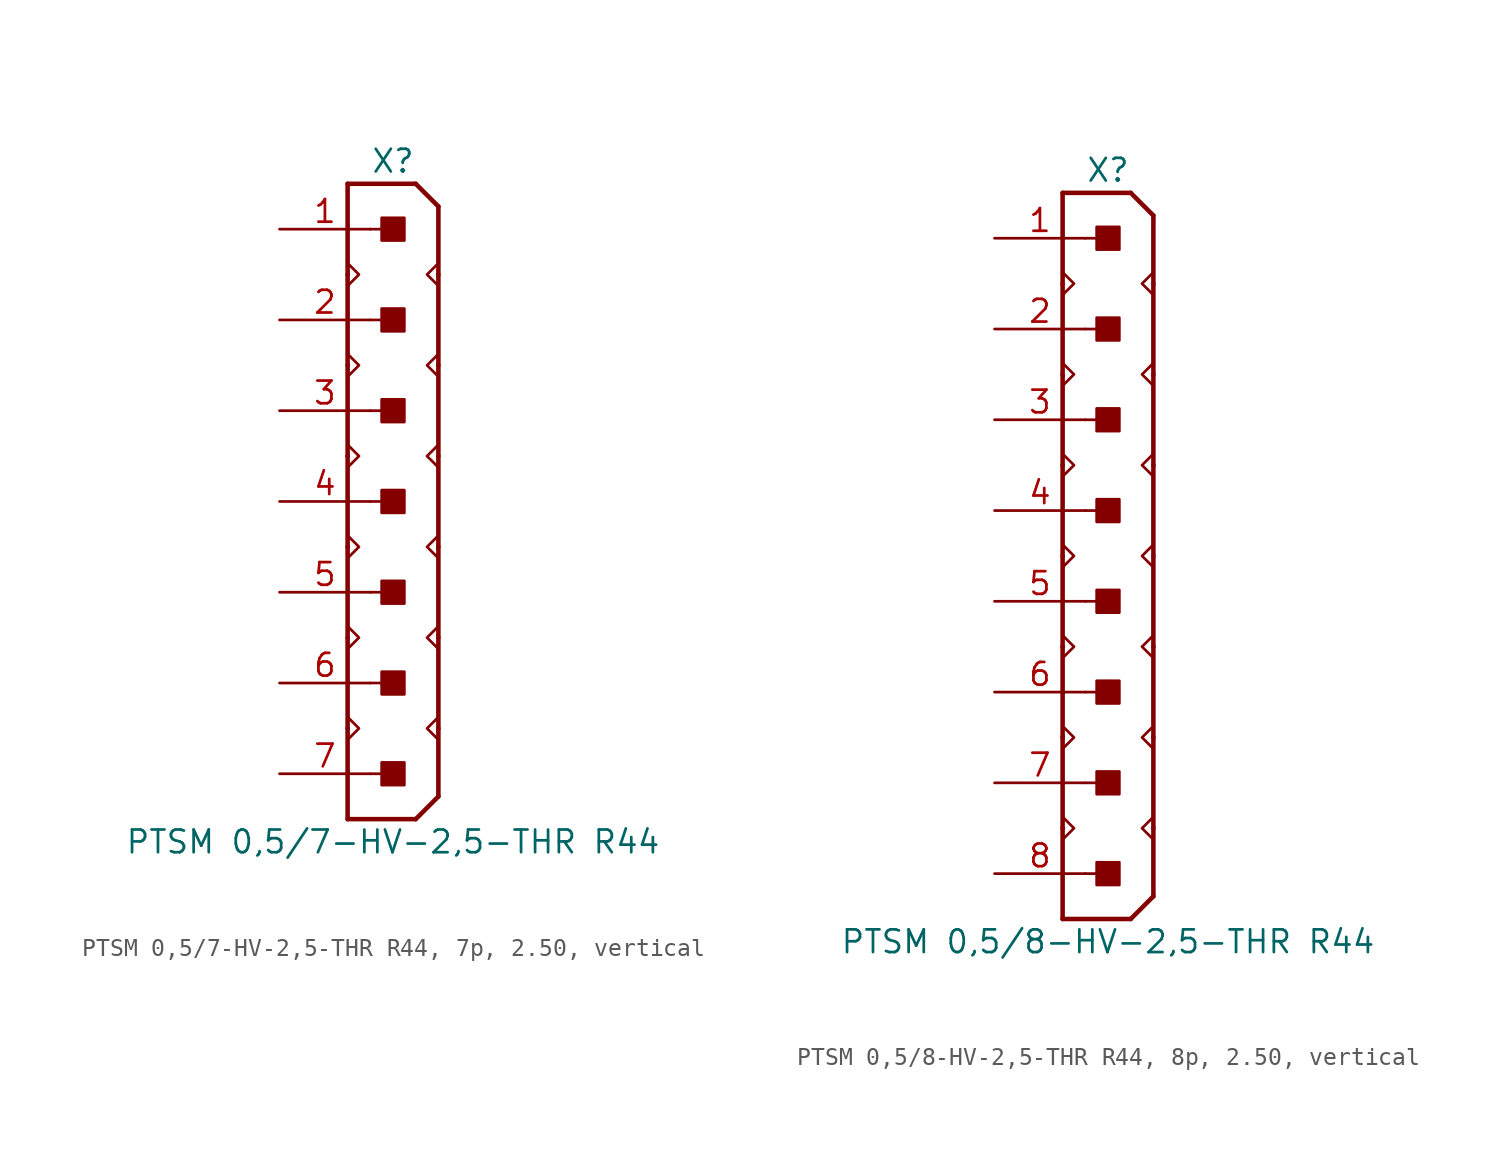
<source format=kicad_sym>
(kicad_symbol_lib
  (version 20241209)
  (generator "kicad_symbol_editor")
  (generator_version "9.0")
  (symbol "PTSM 0,5/7-HV-2,5-THR R44, 7p, 2.50, vertical"
    (pin_names
      (offset 1.016)
      (hide yes))
    (property "Reference" "X"
      (at 0 19.05 0)
      (effects (font (size 1.27 1.27))))
    (property "Value" "PTSM 0,5/7-HV-2,5-THR R44"
      (at 0 -19.05 0)
      (effects (font (size 1.27 1.27))))
    (property "Label" ""
      (at 0 0 0)
      (effects (font (size 1.27 1.27) (thickness 0.254) (bold yes))))
    (symbol "PTSM 0,5/7-HV-2,5-THR R44, 7p, 2.50, vertical_0_1"
      (polyline (pts (xy -2.54 17.78) (xy -2.54 12.7)) (stroke (width 0.254) (type default)) (fill (type none)))
      (polyline (pts (xy -2.54 17.78) (xy 1.27 17.78)) (stroke (width 0.254) (type default)) (fill (type none)))
      (polyline (pts (xy -2.54 12.7) (xy -2.54 7.62)) (stroke (width 0.254) (type default)) (fill (type none)))
      (polyline (pts (xy -2.54 12.065) (xy -1.905 12.7) (xy -2.54 13.335)) (stroke (width 0.152) (type default)) (fill (type none)))
      (polyline (pts (xy -2.54 7.62) (xy -2.54 2.54)) (stroke (width 0.254) (type default)) (fill (type none)))
      (polyline (pts (xy -2.54 6.985) (xy -1.905 7.62) (xy -2.54 8.255)) (stroke (width 0.152) (type default)) (fill (type none)))
      (polyline (pts (xy -2.54 2.54) (xy -2.54 -2.54)) (stroke (width 0.254) (type default)) (fill (type none)))
      (polyline (pts (xy -2.54 1.905) (xy -1.905 2.54) (xy -2.54 3.175)) (stroke (width 0.152) (type default)) (fill (type none)))
      (polyline (pts (xy -2.54 -2.54) (xy -2.54 -7.62)) (stroke (width 0.254) (type default)) (fill (type none)))
      (polyline (pts (xy -2.54 -3.175) (xy -1.905 -2.54) (xy -2.54 -1.905)) (stroke (width 0.152) (type default)) (fill (type none)))
      (polyline (pts (xy -2.54 -7.62) (xy -2.54 -12.7)) (stroke (width 0.254) (type default)) (fill (type none)))
      (polyline (pts (xy -2.54 -8.255) (xy -1.905 -7.62) (xy -2.54 -6.985)) (stroke (width 0.152) (type default)) (fill (type none)))
      (polyline (pts (xy -2.54 -12.7) (xy -2.54 -17.78)) (stroke (width 0.254) (type default)) (fill (type none)))
      (polyline (pts (xy -2.54 -13.335) (xy -1.905 -12.7) (xy -2.54 -12.065)) (stroke (width 0.152) (type default)) (fill (type none)))
      (polyline (pts (xy -2.54 -17.78) (xy 1.27 -17.78)) (stroke (width 0.254) (type default)) (fill (type none)))
      (polyline (pts (xy 1.27 -17.78) (xy 2.54 -16.51)) (stroke (width 0.254) (type default)) (fill (type none)))
      (polyline (pts (xy 2.54 16.51) (xy 1.27 17.78)) (stroke (width 0.254) (type default)) (fill (type none)))
      (polyline (pts (xy 2.54 16.51) (xy 2.54 12.7)) (stroke (width 0.254) (type default)) (fill (type none)))
      (polyline (pts (xy 2.54 13.335) (xy 1.905 12.7) (xy 2.54 12.065)) (stroke (width 0.152) (type default)) (fill (type none)))
      (polyline (pts (xy 2.54 12.7) (xy 2.54 7.62)) (stroke (width 0.254) (type default)) (fill (type none)))
      (polyline (pts (xy 2.54 8.255) (xy 1.905 7.62) (xy 2.54 6.985)) (stroke (width 0.152) (type default)) (fill (type none)))
      (polyline (pts (xy 2.54 7.62) (xy 2.54 2.54)) (stroke (width 0.254) (type default)) (fill (type none)))
      (polyline (pts (xy 2.54 3.175) (xy 1.905 2.54) (xy 2.54 1.905)) (stroke (width 0.152) (type default)) (fill (type none)))
      (polyline (pts (xy 2.54 2.54) (xy 2.54 -2.54)) (stroke (width 0.254) (type default)) (fill (type none)))
      (polyline (pts (xy 2.54 -1.905) (xy 1.905 -2.54) (xy 2.54 -3.175)) (stroke (width 0.152) (type default)) (fill (type none)))
      (polyline (pts (xy 2.54 -2.54) (xy 2.54 -7.62)) (stroke (width 0.254) (type default)) (fill (type none)))
      (polyline (pts (xy 2.54 -6.985) (xy 1.905 -7.62) (xy 2.54 -8.255)) (stroke (width 0.152) (type default)) (fill (type none)))
      (polyline (pts (xy 2.54 -7.62) (xy 2.54 -12.7)) (stroke (width 0.254) (type default)) (fill (type none)))
      (polyline (pts (xy 2.54 -12.065) (xy 1.905 -12.7) (xy 2.54 -13.335)) (stroke (width 0.152) (type default)) (fill (type none)))
      (polyline (pts (xy 2.54 -12.7) (xy 2.54 -16.51)) (stroke (width 0.254) (type default)) (fill (type none))))
    (symbol "PTSM 0,5/7-HV-2,5-THR R44, 7p, 2.50, vertical_1_0"
      (polyline (pts (xy -1.27 15.24) (xy 0 15.24)) (stroke (width 0.152) (type default)) (fill (type none)))
      (polyline (pts (xy -1.27 10.16) (xy 0 10.16)) (stroke (width 0.152) (type default)) (fill (type none)))
      (polyline (pts (xy -1.27 5.08) (xy 0 5.08)) (stroke (width 0.152) (type default)) (fill (type none)))
      (polyline (pts (xy -1.27 0) (xy 0 0)) (stroke (width 0.152) (type default)) (fill (type none)))
      (polyline (pts (xy -1.27 -5.08) (xy 0 -5.08)) (stroke (width 0.152) (type default)) (fill (type none)))
      (polyline (pts (xy -1.27 -10.16) (xy 0 -10.16)) (stroke (width 0.152) (type default)) (fill (type none)))
      (polyline (pts (xy -1.27 -15.24) (xy 0 -15.24)) (stroke (width 0.152) (type default)) (fill (type none))))
    (symbol "PTSM 0,5/7-HV-2,5-THR R44, 7p, 2.50, vertical_1_1"
      (rectangle (start -0.635 14.605) (end 0.635 15.875) (stroke (width 0.152) (type default)) (fill (type outline)))
      (rectangle (start -0.635 9.525) (end 0.635 10.795) (stroke (width 0.152) (type default)) (fill (type outline)))
      (rectangle (start -0.635 4.445) (end 0.635 5.715) (stroke (width 0.152) (type default)) (fill (type outline)))
      (rectangle (start -0.635 -0.635) (end 0.635 0.635) (stroke (width 0.152) (type default)) (fill (type outline)))
      (rectangle (start -0.635 -5.715) (end 0.635 -4.445) (stroke (width 0.152) (type default)) (fill (type outline)))
      (rectangle (start -0.635 -10.795) (end 0.635 -9.525) (stroke (width 0.152) (type default)) (fill (type outline)))
      (rectangle (start -0.635 -15.875) (end 0.635 -14.605) (stroke (width 0.152) (type default)) (fill (type outline)))
      (pin passive line (at -6.35 15.24 0) (length 5.08) (name "1" (effects (font (size 1.27 1.27)))) (number "1" (effects (font (size 1.27 1.27)))))
      (pin passive line (at -6.35 10.16 0) (length 5.08) (name "2" (effects (font (size 1.27 1.27)))) (number "2" (effects (font (size 1.27 1.27)))))
      (pin passive line (at -6.35 5.08 0) (length 5.08) (name "3" (effects (font (size 1.27 1.27)))) (number "3" (effects (font (size 1.27 1.27)))))
      (pin passive line (at -6.35 0 0) (length 5.08) (name "4" (effects (font (size 1.27 1.27)))) (number "4" (effects (font (size 1.27 1.27)))))
      (pin passive line (at -6.35 -5.08 0) (length 5.08) (name "5" (effects (font (size 1.27 1.27)))) (number "5" (effects (font (size 1.27 1.27)))))
      (pin passive line (at -6.35 -10.16 0) (length 5.08) (name "6" (effects (font (size 1.27 1.27)))) (number "6" (effects (font (size 1.27 1.27)))))
      (pin passive line (at -6.35 -15.24 0) (length 5.08) (name "7" (effects (font (size 1.27 1.27)))) (number "7" (effects (font (size 1.27 1.27)))))))
  (symbol "PTSM 0,5/8-HV-2,5-THR R44, 8p, 2.50, vertical"
    (pin_names
      (offset 1.016)
      (hide yes))
    (property "Reference" "X"
      (at 0 21.59 0)
      (effects (font (size 1.27 1.27))))
    (property "Value" "PTSM 0,5/8-HV-2,5-THR R44"
      (at 0 -21.59 0)
      (effects (font (size 1.27 1.27))))
    (property "Label" ""
      (at 0 0 0)
      (effects (font (size 1.27 1.27) (thickness 0.254) (bold yes))))
    (symbol "PTSM 0,5/8-HV-2,5-THR R44, 8p, 2.50, vertical_0_1"
      (polyline (pts (xy -2.54 20.32) (xy -2.54 15.24)) (stroke (width 0.254) (type default)) (fill (type none)))
      (polyline (pts (xy -2.54 20.32) (xy 1.27 20.32)) (stroke (width 0.254) (type default)) (fill (type none)))
      (polyline (pts (xy -2.54 15.24) (xy -2.54 10.16)) (stroke (width 0.254) (type default)) (fill (type none)))
      (polyline (pts (xy -2.54 14.605) (xy -1.905 15.24) (xy -2.54 15.875)) (stroke (width 0.152) (type default)) (fill (type none)))
      (polyline (pts (xy -2.54 10.16) (xy -2.54 5.08)) (stroke (width 0.254) (type default)) (fill (type none)))
      (polyline (pts (xy -2.54 9.525) (xy -1.905 10.16) (xy -2.54 10.795)) (stroke (width 0.152) (type default)) (fill (type none)))
      (polyline (pts (xy -2.54 5.08) (xy -2.54 0)) (stroke (width 0.254) (type default)) (fill (type none)))
      (polyline (pts (xy -2.54 4.445) (xy -1.905 5.08) (xy -2.54 5.715)) (stroke (width 0.152) (type default)) (fill (type none)))
      (polyline (pts (xy -2.54 0) (xy -2.54 -5.08)) (stroke (width 0.254) (type default)) (fill (type none)))
      (polyline (pts (xy -2.54 -0.635) (xy -1.905 0) (xy -2.54 0.635)) (stroke (width 0.152) (type default)) (fill (type none)))
      (polyline (pts (xy -2.54 -5.08) (xy -2.54 -10.16)) (stroke (width 0.254) (type default)) (fill (type none)))
      (polyline (pts (xy -2.54 -5.715) (xy -1.905 -5.08) (xy -2.54 -4.445)) (stroke (width 0.152) (type default)) (fill (type none)))
      (polyline (pts (xy -2.54 -10.16) (xy -2.54 -15.24)) (stroke (width 0.254) (type default)) (fill (type none)))
      (polyline (pts (xy -2.54 -10.795) (xy -1.905 -10.16) (xy -2.54 -9.525)) (stroke (width 0.152) (type default)) (fill (type none)))
      (polyline (pts (xy -2.54 -15.24) (xy -2.54 -20.32)) (stroke (width 0.254) (type default)) (fill (type none)))
      (polyline (pts (xy -2.54 -15.875) (xy -1.905 -15.24) (xy -2.54 -14.605)) (stroke (width 0.152) (type default)) (fill (type none)))
      (polyline (pts (xy -2.54 -20.32) (xy 1.27 -20.32)) (stroke (width 0.254) (type default)) (fill (type none)))
      (polyline (pts (xy 1.27 -20.32) (xy 2.54 -19.05)) (stroke (width 0.254) (type default)) (fill (type none)))
      (polyline (pts (xy 2.54 19.05) (xy 1.27 20.32)) (stroke (width 0.254) (type default)) (fill (type none)))
      (polyline (pts (xy 2.54 19.05) (xy 2.54 15.24)) (stroke (width 0.254) (type default)) (fill (type none)))
      (polyline (pts (xy 2.54 15.875) (xy 1.905 15.24) (xy 2.54 14.605)) (stroke (width 0.152) (type default)) (fill (type none)))
      (polyline (pts (xy 2.54 15.24) (xy 2.54 10.16)) (stroke (width 0.254) (type default)) (fill (type none)))
      (polyline (pts (xy 2.54 10.795) (xy 1.905 10.16) (xy 2.54 9.525)) (stroke (width 0.152) (type default)) (fill (type none)))
      (polyline (pts (xy 2.54 10.16) (xy 2.54 5.08)) (stroke (width 0.254) (type default)) (fill (type none)))
      (polyline (pts (xy 2.54 5.715) (xy 1.905 5.08) (xy 2.54 4.445)) (stroke (width 0.152) (type default)) (fill (type none)))
      (polyline (pts (xy 2.54 5.08) (xy 2.54 0)) (stroke (width 0.254) (type default)) (fill (type none)))
      (polyline (pts (xy 2.54 0.635) (xy 1.905 0) (xy 2.54 -0.635)) (stroke (width 0.152) (type default)) (fill (type none)))
      (polyline (pts (xy 2.54 0) (xy 2.54 -5.08)) (stroke (width 0.254) (type default)) (fill (type none)))
      (polyline (pts (xy 2.54 -4.445) (xy 1.905 -5.08) (xy 2.54 -5.715)) (stroke (width 0.152) (type default)) (fill (type none)))
      (polyline (pts (xy 2.54 -5.08) (xy 2.54 -10.16)) (stroke (width 0.254) (type default)) (fill (type none)))
      (polyline (pts (xy 2.54 -9.525) (xy 1.905 -10.16) (xy 2.54 -10.795)) (stroke (width 0.152) (type default)) (fill (type none)))
      (polyline (pts (xy 2.54 -10.16) (xy 2.54 -15.24)) (stroke (width 0.254) (type default)) (fill (type none)))
      (polyline (pts (xy 2.54 -14.605) (xy 1.905 -15.24) (xy 2.54 -15.875)) (stroke (width 0.152) (type default)) (fill (type none)))
      (polyline (pts (xy 2.54 -15.24) (xy 2.54 -19.05)) (stroke (width 0.254) (type default)) (fill (type none))))
    (symbol "PTSM 0,5/8-HV-2,5-THR R44, 8p, 2.50, vertical_1_0"
      (polyline (pts (xy -1.27 17.78) (xy 0 17.78)) (stroke (width 0.152) (type default)) (fill (type none)))
      (polyline (pts (xy -1.27 12.7) (xy 0 12.7)) (stroke (width 0.152) (type default)) (fill (type none)))
      (polyline (pts (xy -1.27 7.62) (xy 0 7.62)) (stroke (width 0.152) (type default)) (fill (type none)))
      (polyline (pts (xy -1.27 2.54) (xy 0 2.54)) (stroke (width 0.152) (type default)) (fill (type none)))
      (polyline (pts (xy -1.27 -2.54) (xy 0 -2.54)) (stroke (width 0.152) (type default)) (fill (type none)))
      (polyline (pts (xy -1.27 -7.62) (xy 0 -7.62)) (stroke (width 0.152) (type default)) (fill (type none)))
      (polyline (pts (xy -1.27 -12.7) (xy 0 -12.7)) (stroke (width 0.152) (type default)) (fill (type none)))
      (polyline (pts (xy -1.27 -17.78) (xy 0 -17.78)) (stroke (width 0.152) (type default)) (fill (type none))))
    (symbol "PTSM 0,5/8-HV-2,5-THR R44, 8p, 2.50, vertical_1_1"
      (rectangle (start -0.635 17.145) (end 0.635 18.415) (stroke (width 0.152) (type default)) (fill (type outline)))
      (rectangle (start -0.635 12.065) (end 0.635 13.335) (stroke (width 0.152) (type default)) (fill (type outline)))
      (rectangle (start -0.635 6.985) (end 0.635 8.255) (stroke (width 0.152) (type default)) (fill (type outline)))
      (rectangle (start -0.635 1.905) (end 0.635 3.175) (stroke (width 0.152) (type default)) (fill (type outline)))
      (rectangle (start -0.635 -3.175) (end 0.635 -1.905) (stroke (width 0.152) (type default)) (fill (type outline)))
      (rectangle (start -0.635 -8.255) (end 0.635 -6.985) (stroke (width 0.152) (type default)) (fill (type outline)))
      (rectangle (start -0.635 -13.335) (end 0.635 -12.065) (stroke (width 0.152) (type default)) (fill (type outline)))
      (rectangle (start -0.635 -18.415) (end 0.635 -17.145) (stroke (width 0.152) (type default)) (fill (type outline)))
      (pin passive line (at -6.35 17.78 0) (length 5.08) (name "1" (effects (font (size 1.27 1.27)))) (number "1" (effects (font (size 1.27 1.27)))))
      (pin passive line (at -6.35 12.7 0) (length 5.08) (name "2" (effects (font (size 1.27 1.27)))) (number "2" (effects (font (size 1.27 1.27)))))
      (pin passive line (at -6.35 7.62 0) (length 5.08) (name "3" (effects (font (size 1.27 1.27)))) (number "3" (effects (font (size 1.27 1.27)))))
      (pin passive line (at -6.35 2.54 0) (length 5.08) (name "4" (effects (font (size 1.27 1.27)))) (number "4" (effects (font (size 1.27 1.27)))))
      (pin passive line (at -6.35 -2.54 0) (length 5.08) (name "5" (effects (font (size 1.27 1.27)))) (number "5" (effects (font (size 1.27 1.27)))))
      (pin passive line (at -6.35 -7.62 0) (length 5.08) (name "6" (effects (font (size 1.27 1.27)))) (number "6" (effects (font (size 1.27 1.27)))))
      (pin passive line (at -6.35 -12.7 0) (length 5.08) (name "7" (effects (font (size 1.27 1.27)))) (number "7" (effects (font (size 1.27 1.27)))))
      (pin passive line (at -6.35 -17.78 0) (length 5.08) (name "8" (effects (font (size 1.27 1.27)))) (number "8" (effects (font (size 1.27 1.27))))))))
</source>
